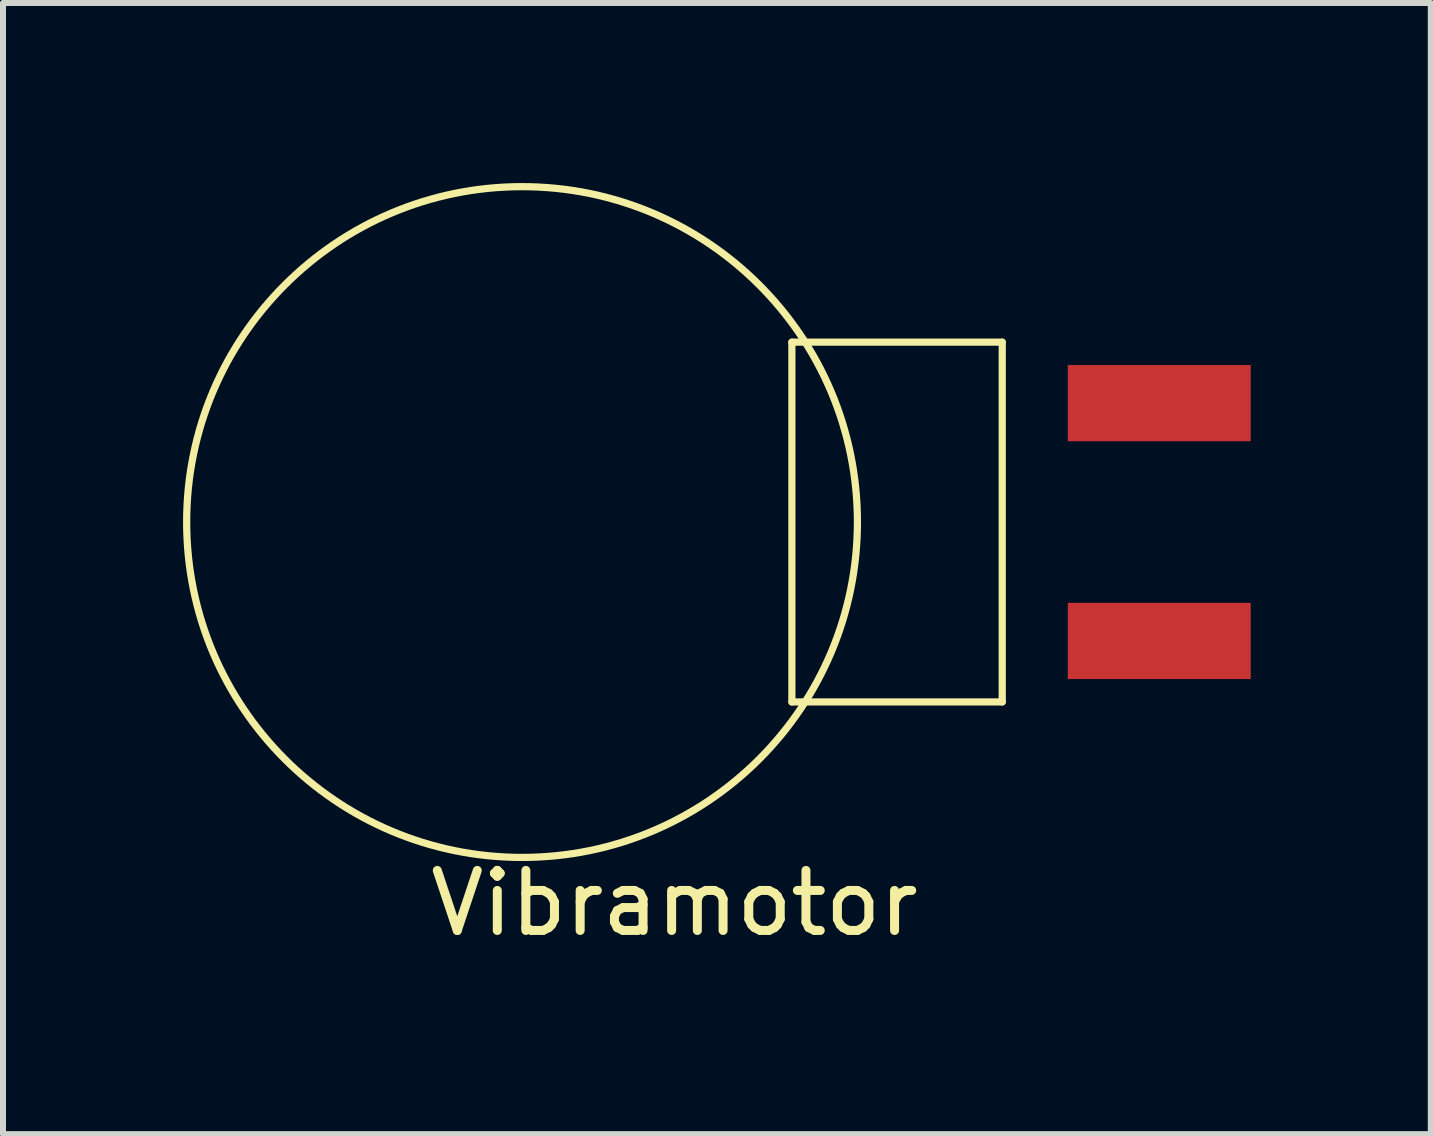
<source format=kicad_pcb>
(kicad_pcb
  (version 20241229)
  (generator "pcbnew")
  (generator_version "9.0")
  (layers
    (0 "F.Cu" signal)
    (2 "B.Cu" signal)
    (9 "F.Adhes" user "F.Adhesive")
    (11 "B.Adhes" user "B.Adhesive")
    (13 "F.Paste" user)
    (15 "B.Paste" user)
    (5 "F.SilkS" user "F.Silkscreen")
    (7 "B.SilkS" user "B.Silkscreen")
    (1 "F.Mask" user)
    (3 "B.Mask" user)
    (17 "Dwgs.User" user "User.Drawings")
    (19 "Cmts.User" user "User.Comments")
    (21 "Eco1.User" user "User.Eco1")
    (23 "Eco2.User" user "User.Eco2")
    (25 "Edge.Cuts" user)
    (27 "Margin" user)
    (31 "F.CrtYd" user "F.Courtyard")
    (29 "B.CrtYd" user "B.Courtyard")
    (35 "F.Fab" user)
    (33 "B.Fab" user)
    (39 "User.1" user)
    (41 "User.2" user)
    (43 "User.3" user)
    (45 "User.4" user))
  (footprint "Vibramotor"
    (layer "F.Cu")
    (at 5.648 5.648)
    (property "Reference" "Vibramotor" (at 2.54 6.35 0) (layer "F.SilkS") (effects (font (size 1 1) (thickness 0.15))))
    (attr through_hole)
    (fp_line (start 4.496 -2.997) (end 4.496 2.997) (stroke (width 0.12) (type solid)) (layer "F.SilkS"))
    (fp_line (start 4.496 -2.997) (end 8.001 -2.997) (stroke (width 0.12) (type solid)) (layer "F.SilkS"))
    (fp_line (start 4.496 2.997) (end 8.001 2.997) (stroke (width 0.12) (type solid)) (layer "F.SilkS"))
    (fp_line (start 8.001 2.997) (end 8.001 -2.997) (stroke (width 0.12) (type solid)) (layer "F.SilkS"))
    (fp_circle (center 0 0) (end 5.588 0) (stroke (width 0.12) (type solid)) (fill no) (layer "F.SilkS"))
    (pad "1" smd rect (at 10.617 -1.981) (size 3.048 1.27) (layers "F.Cu" "F.Mask" "F.Paste"))
    (pad "2" smd rect (at 10.617 1.981) (size 3.048 1.27) (layers "F.Cu" "F.Mask" "F.Paste")))
  (gr_rect
    (start -3 -3)
    (end 20.789 15.846)
    (stroke (width 0.1) (type default))
    (fill no)
    (layer "Edge.Cuts")))
</source>
